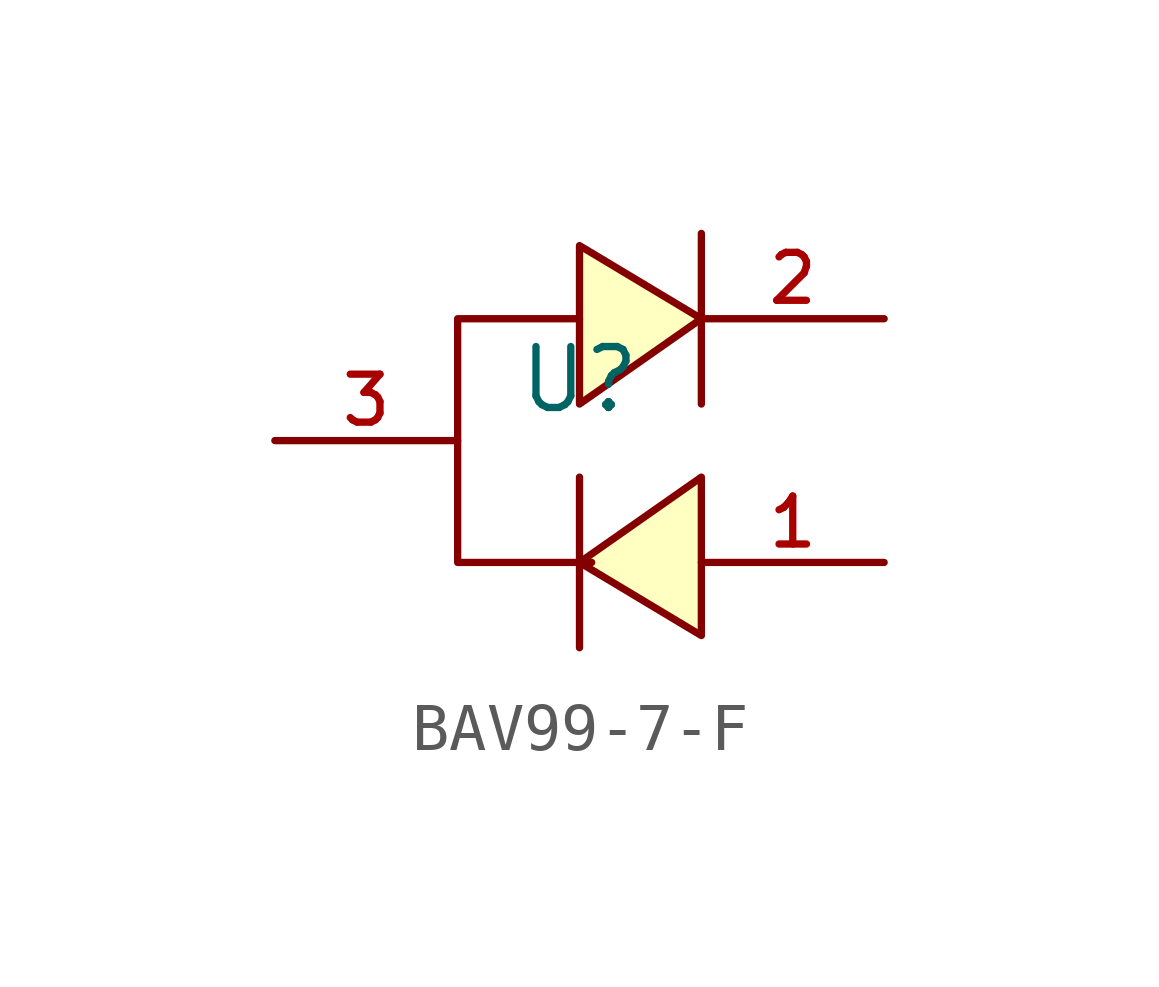
<source format=kicad_sym>
(kicad_symbol_lib
  (version 20210201)
  (generator TousstNicolas/JLC2KiCad_lib)
  (symbol "BAV99-7-F"
    (pin_names hide)
    (property "Reference" "U"
      (at 0 1.27 0)
      (effects (font (size 1.27 1.27))))
    (symbol "BAV99-7-F_0_1"
      (pin unspecified line (at 6.35 -2.54 180) (length 3.81) (name "A" (effects (font (size 1 1)))) (number "1" (effects (font (size 1 1)))))
      (pin unspecified line (at 6.35 2.54 180) (length 3.81) (name "K" (effects (font (size 1 1)))) (number "2" (effects (font (size 1 1)))))
      (polyline (pts (xy 2.54 -4.064) (xy 0.0 -2.54) (xy 2.54 -0.762) (xy 2.54 -4.064)) (stroke (width 0) (type default) (color 0 0 0 0)) (fill (type background)))
      (polyline (pts (xy 0.0 -4.318) (xy 0.0 -0.762)) (stroke (width 0) (type default) (color 0 0 0 0)) (fill (type none)))
      (polyline (pts (xy 0.0 4.064) (xy 2.54 2.54) (xy 0.0 0.762) (xy 0.0 4.064)) (stroke (width 0) (type default) (color 0 0 0 0)) (fill (type background)))
      (polyline (pts (xy 2.54 4.318) (xy 2.54 0.762)) (stroke (width 0) (type default) (color 0 0 0 0)) (fill (type none)))
      (pin unspecified line (at -6.35 -0.0 0) (length 3.81) (name "K" (effects (font (size 1 1)))) (number "3" (effects (font (size 1 1)))))
      (polyline (pts (xy 0.254 -2.54) (xy -2.54 -2.54) (xy -2.54 2.54) (xy 0.0 2.54)) (stroke (width 0) (type default) (color 0 0 0 0)) (fill (type none))))))
</source>
